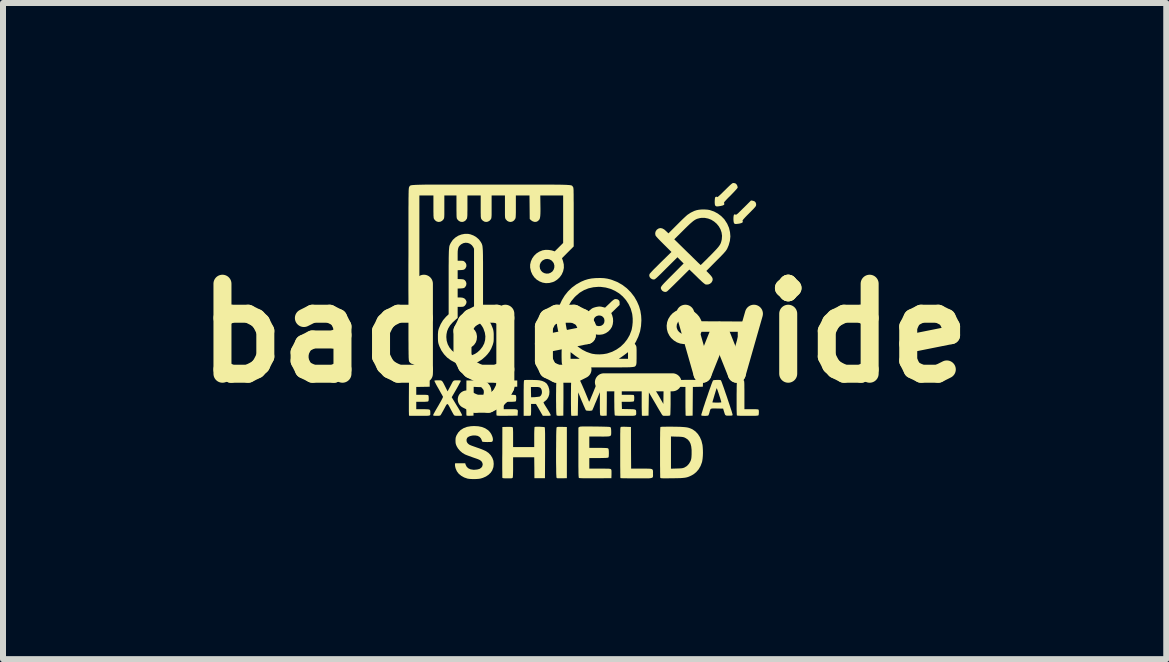
<source format=kicad_pcb>
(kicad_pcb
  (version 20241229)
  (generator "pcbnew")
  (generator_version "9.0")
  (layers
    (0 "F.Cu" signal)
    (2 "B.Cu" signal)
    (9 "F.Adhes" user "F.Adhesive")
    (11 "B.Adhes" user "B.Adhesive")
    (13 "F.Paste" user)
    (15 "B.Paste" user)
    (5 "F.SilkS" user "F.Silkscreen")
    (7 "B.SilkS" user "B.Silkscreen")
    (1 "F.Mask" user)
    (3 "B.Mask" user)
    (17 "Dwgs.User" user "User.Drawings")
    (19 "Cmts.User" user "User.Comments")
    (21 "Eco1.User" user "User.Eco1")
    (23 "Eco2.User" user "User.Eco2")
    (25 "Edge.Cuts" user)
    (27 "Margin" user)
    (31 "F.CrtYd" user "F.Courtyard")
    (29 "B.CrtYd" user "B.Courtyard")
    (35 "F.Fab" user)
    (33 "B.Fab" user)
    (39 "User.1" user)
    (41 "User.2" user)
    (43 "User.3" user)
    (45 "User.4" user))
  (footprint "badge_wide"
    (layer "F.Cu")
    (at 6.693 2.5)
    (property "Reference" "badge_wide" (at 0 0 0) (layer "F.SilkS") (effects (font (size 1.5 1.5) (thickness 0.3))))
    (attr board_only exclude_from_pos_files exclude_from_bom)
    (fp_poly (pts (xy -1.939 -0.12) (xy -1.896 -0.103) (xy -1.859 -0.077) (xy -1.826 -0.041) (xy -1.805 -0.002) (xy -1.796 0.042) (xy -1.794 0.065) (xy -1.799 0.114) (xy -1.813 0.155) (xy -1.838 0.192) (xy -1.857 0.212) (xy -1.898 0.24) (xy -1.942 0.256) (xy -1.989 0.259) (xy -2.04 0.25) (xy -2.041 0.25) (xy -2.072 0.235) (xy -2.103 0.211) (xy -2.13 0.181) (xy -2.151 0.149) (xy -2.158 0.13) (xy -2.168 0.079) (xy -2.165 0.032) (xy -2.15 -0.012) (xy -2.123 -0.052) (xy -2.111 -0.065) (xy -2.071 -0.097) (xy -2.028 -0.117) (xy -1.984 -0.124)) (stroke (width 0) (type solid)) (fill yes) (layer "F.SilkS"))
    (fp_poly (pts (xy -0.391 0.782) (xy -0.371 0.783) (xy -0.36 0.787) (xy -0.358 0.791) (xy -0.356 0.8) (xy -0.355 0.816) (xy -0.354 0.84) (xy -0.353 0.872) (xy -0.353 0.914) (xy -0.353 0.966) (xy -0.353 1.03) (xy -0.353 1.085) (xy -0.355 1.377) (xy -0.407 1.379) (xy -0.44 1.379) (xy -0.46 1.376) (xy -0.467 1.373) (xy -0.469 1.364) (xy -0.471 1.345) (xy -0.473 1.315) (xy -0.474 1.277) (xy -0.475 1.233) (xy -0.475 1.184) (xy -0.476 1.132) (xy -0.476 1.079) (xy -0.476 1.025) (xy -0.475 0.973) (xy -0.475 0.924) (xy -0.474 0.881) (xy -0.473 0.844) (xy -0.471 0.815) (xy -0.469 0.796) (xy -0.468 0.789) (xy -0.457 0.785) (xy -0.438 0.783) (xy -0.415 0.782)) (stroke (width 0) (type solid)) (fill yes) (layer "F.SilkS"))
    (fp_poly (pts (xy -0.386 1.564) (xy -0.378 1.564) (xy -0.296 1.566) (xy -0.296 1.992) (xy -0.296 2.419) (xy -0.379 2.421) (xy -0.413 2.421) (xy -0.437 2.421) (xy -0.452 2.42) (xy -0.461 2.418) (xy -0.466 2.414) (xy -0.468 2.41) (xy -0.47 2.4) (xy -0.471 2.379) (xy -0.473 2.348) (xy -0.474 2.308) (xy -0.474 2.261) (xy -0.475 2.207) (xy -0.476 2.149) (xy -0.476 2.087) (xy -0.476 2.023) (xy -0.476 1.959) (xy -0.475 1.895) (xy -0.475 1.833) (xy -0.474 1.775) (xy -0.474 1.722) (xy -0.473 1.674) (xy -0.472 1.634) (xy -0.47 1.603) (xy -0.469 1.583) (xy -0.467 1.574) (xy -0.467 1.573) (xy -0.462 1.569) (xy -0.454 1.566) (xy -0.44 1.564) (xy -0.418 1.564)) (stroke (width 0) (type solid)) (fill yes) (layer "F.SilkS"))
    (fp_poly (pts (xy 1.806 0.781) (xy 1.85 0.782) (xy 1.889 0.783) (xy 1.922 0.785) (xy 1.947 0.787) (xy 1.962 0.789) (xy 1.966 0.791) (xy 1.97 0.803) (xy 1.972 0.826) (xy 1.972 0.847) (xy 1.97 0.895) (xy 1.887 0.897) (xy 1.804 0.899) (xy 1.802 1.138) (xy 1.8 1.377) (xy 1.745 1.379) (xy 1.719 1.379) (xy 1.698 1.379) (xy 1.686 1.377) (xy 1.684 1.376) (xy 1.683 1.369) (xy 1.682 1.35) (xy 1.682 1.321) (xy 1.681 1.284) (xy 1.68 1.239) (xy 1.68 1.189) (xy 1.68 1.135) (xy 1.68 0.899) (xy 1.6 0.897) (xy 1.52 0.895) (xy 1.518 0.847) (xy 1.518 0.82) (xy 1.519 0.804) (xy 1.523 0.794) (xy 1.528 0.79) (xy 1.538 0.787) (xy 1.559 0.785) (xy 1.588 0.783) (xy 1.625 0.782) (xy 1.667 0.781) (xy 1.713 0.781) (xy 1.759 0.781)) (stroke (width 0) (type solid)) (fill yes) (layer "F.SilkS"))
    (fp_poly (pts (xy 2.801 -2.205) (xy 2.83 -2.196) (xy 2.849 -2.178) (xy 2.858 -2.152) (xy 2.858 -2.141) (xy 2.858 -2.132) (xy 2.856 -2.124) (xy 2.852 -2.115) (xy 2.845 -2.104) (xy 2.833 -2.09) (xy 2.816 -2.071) (xy 2.791 -2.046) (xy 2.76 -2.014) (xy 2.742 -1.996) (xy 2.705 -1.959) (xy 2.677 -1.93) (xy 2.657 -1.908) (xy 2.643 -1.892) (xy 2.635 -1.88) (xy 2.631 -1.873) (xy 2.632 -1.868) (xy 2.632 -1.868) (xy 2.637 -1.853) (xy 2.629 -1.841) (xy 2.608 -1.831) (xy 2.575 -1.823) (xy 2.543 -1.819) (xy 2.52 -1.817) (xy 2.506 -1.819) (xy 2.496 -1.824) (xy 2.492 -1.828) (xy 2.486 -1.841) (xy 2.482 -1.863) (xy 2.48 -1.89) (xy 2.48 -1.918) (xy 2.482 -1.944) (xy 2.486 -1.964) (xy 2.491 -1.973) (xy 2.502 -1.979) (xy 2.513 -1.974) (xy 2.515 -1.974) (xy 2.519 -1.972) (xy 2.525 -1.972) (xy 2.532 -1.976) (xy 2.543 -1.984) (xy 2.559 -1.997) (xy 2.579 -2.017) (xy 2.607 -2.044) (xy 2.642 -2.079) (xy 2.651 -2.087) (xy 2.773 -2.209)) (stroke (width 0) (type solid)) (fill yes) (layer "F.SilkS"))
    (fp_poly (pts (xy -1.123 0.843) (xy -1.123 0.895) (xy -1.235 0.897) (xy -1.348 0.899) (xy -1.348 0.964) (xy -1.348 1.029) (xy -1.251 1.029) (xy -1.207 1.029) (xy -1.176 1.031) (xy -1.156 1.033) (xy -1.147 1.037) (xy -1.143 1.048) (xy -1.14 1.067) (xy -1.14 1.09) (xy -1.141 1.113) (xy -1.144 1.131) (xy -1.147 1.138) (xy -1.157 1.142) (xy -1.177 1.144) (xy -1.209 1.146) (xy -1.251 1.146) (xy -1.348 1.146) (xy -1.348 1.208) (xy -1.348 1.27) (xy -1.234 1.27) (xy -1.191 1.27) (xy -1.16 1.27) (xy -1.138 1.272) (xy -1.124 1.277) (xy -1.116 1.284) (xy -1.113 1.297) (xy -1.113 1.314) (xy -1.115 1.338) (xy -1.115 1.338) (xy -1.117 1.377) (xy -1.291 1.379) (xy -1.346 1.379) (xy -1.389 1.379) (xy -1.421 1.379) (xy -1.444 1.378) (xy -1.459 1.376) (xy -1.467 1.374) (xy -1.468 1.372) (xy -1.469 1.364) (xy -1.47 1.345) (xy -1.47 1.315) (xy -1.47 1.276) (xy -1.47 1.229) (xy -1.47 1.176) (xy -1.47 1.119) (xy -1.47 1.078) (xy -1.468 0.791) (xy -1.296 0.791) (xy -1.123 0.791)) (stroke (width 0) (type solid)) (fill yes) (layer "F.SilkS"))
    (fp_poly (pts (xy -2.582 0.843) (xy -2.582 0.895) (xy -2.694 0.897) (xy -2.806 0.899) (xy -2.806 0.964) (xy -2.806 1.029) (xy -2.71 1.029) (xy -2.666 1.029) (xy -2.634 1.031) (xy -2.614 1.033) (xy -2.606 1.037) (xy -2.601 1.048) (xy -2.599 1.067) (xy -2.598 1.09) (xy -2.599 1.113) (xy -2.602 1.131) (xy -2.606 1.138) (xy -2.615 1.142) (xy -2.636 1.144) (xy -2.668 1.146) (xy -2.71 1.146) (xy -2.806 1.146) (xy -2.806 1.208) (xy -2.806 1.27) (xy -2.696 1.27) (xy -2.653 1.27) (xy -2.621 1.271) (xy -2.599 1.273) (xy -2.585 1.277) (xy -2.577 1.285) (xy -2.573 1.297) (xy -2.572 1.313) (xy -2.572 1.327) (xy -2.572 1.343) (xy -2.572 1.355) (xy -2.574 1.365) (xy -2.58 1.371) (xy -2.591 1.376) (xy -2.608 1.378) (xy -2.632 1.38) (xy -2.666 1.38) (xy -2.71 1.38) (xy -2.752 1.38) (xy -2.923 1.38) (xy -2.927 1.366) (xy -2.928 1.356) (xy -2.928 1.335) (xy -2.929 1.304) (xy -2.929 1.264) (xy -2.929 1.217) (xy -2.929 1.163) (xy -2.929 1.106) (xy -2.929 1.071) (xy -2.927 0.791) (xy -2.754 0.791) (xy -2.582 0.791)) (stroke (width 0) (type solid)) (fill yes) (layer "F.SilkS"))
    (fp_poly (pts (xy 2.502 -2.497) (xy 2.519 -2.49) (xy 2.519 -2.49) (xy 2.534 -2.474) (xy 2.545 -2.453) (xy 2.55 -2.431) (xy 2.549 -2.42) (xy 2.543 -2.412) (xy 2.53 -2.396) (xy 2.509 -2.373) (xy 2.484 -2.346) (xy 2.454 -2.315) (xy 2.431 -2.291) (xy 2.395 -2.256) (xy 2.368 -2.228) (xy 2.349 -2.207) (xy 2.335 -2.192) (xy 2.327 -2.181) (xy 2.323 -2.173) (xy 2.323 -2.168) (xy 2.325 -2.163) (xy 2.325 -2.163) (xy 2.329 -2.148) (xy 2.321 -2.135) (xy 2.299 -2.125) (xy 2.266 -2.117) (xy 2.233 -2.112) (xy 2.211 -2.11) (xy 2.196 -2.111) (xy 2.185 -2.116) (xy 2.179 -2.122) (xy 2.173 -2.131) (xy 2.17 -2.147) (xy 2.168 -2.171) (xy 2.168 -2.19) (xy 2.169 -2.218) (xy 2.171 -2.241) (xy 2.174 -2.257) (xy 2.175 -2.26) (xy 2.186 -2.27) (xy 2.199 -2.272) (xy 2.21 -2.266) (xy 2.211 -2.265) (xy 2.217 -2.268) (xy 2.231 -2.278) (xy 2.252 -2.297) (xy 2.279 -2.322) (xy 2.311 -2.354) (xy 2.337 -2.379) (xy 2.374 -2.416) (xy 2.403 -2.444) (xy 2.426 -2.466) (xy 2.443 -2.481) (xy 2.456 -2.491) (xy 2.465 -2.497) (xy 2.474 -2.5) (xy 2.481 -2.5) (xy 2.481 -2.5)) (stroke (width 0) (type solid)) (fill yes) (layer "F.SilkS"))
    (fp_poly (pts (xy -1.78 0.791) (xy -1.744 0.791) (xy -1.717 0.792) (xy -1.698 0.793) (xy -1.683 0.795) (xy -1.672 0.798) (xy -1.662 0.802) (xy -1.651 0.808) (xy -1.65 0.809) (xy -1.611 0.836) (xy -1.582 0.872) (xy -1.562 0.915) (xy -1.552 0.964) (xy -1.552 1.017) (xy -1.555 1.038) (xy -1.57 1.085) (xy -1.593 1.123) (xy -1.626 1.153) (xy -1.669 1.174) (xy -1.721 1.187) (xy -1.784 1.192) (xy -1.789 1.192) (xy -1.849 1.192) (xy -1.851 1.284) (xy -1.852 1.377) (xy -1.91 1.379) (xy -1.94 1.379) (xy -1.958 1.378) (xy -1.968 1.375) (xy -1.97 1.372) (xy -1.97 1.364) (xy -1.971 1.345) (xy -1.971 1.315) (xy -1.972 1.276) (xy -1.972 1.229) (xy -1.972 1.176) (xy -1.972 1.119) (xy -1.971 1.078) (xy -1.971 0.989) (xy -1.849 0.989) (xy -1.849 1.081) (xy -1.796 1.081) (xy -1.76 1.079) (xy -1.733 1.074) (xy -1.723 1.071) (xy -1.7 1.054) (xy -1.686 1.028) (xy -1.68 0.994) (xy -1.68 0.987) (xy -1.681 0.964) (xy -1.685 0.949) (xy -1.695 0.934) (xy -1.702 0.926) (xy -1.724 0.902) (xy -1.787 0.9) (xy -1.849 0.897) (xy -1.849 0.989) (xy -1.971 0.989) (xy -1.97 0.791) (xy -1.826 0.791)) (stroke (width 0) (type solid)) (fill yes) (layer "F.SilkS"))
    (fp_poly (pts (xy 2.625 0.782) (xy 2.646 0.785) (xy 2.655 0.789) (xy 2.657 0.795) (xy 2.659 0.809) (xy 2.661 0.83) (xy 2.662 0.862) (xy 2.662 0.903) (xy 2.663 0.956) (xy 2.663 1.02) (xy 2.663 1.033) (xy 2.663 1.27) (xy 2.78 1.27) (xy 2.822 1.27) (xy 2.853 1.27) (xy 2.874 1.271) (xy 2.888 1.273) (xy 2.896 1.276) (xy 2.9 1.279) (xy 2.9 1.28) (xy 2.903 1.295) (xy 2.904 1.316) (xy 2.903 1.339) (xy 2.901 1.359) (xy 2.897 1.371) (xy 2.896 1.373) (xy 2.889 1.375) (xy 2.874 1.377) (xy 2.85 1.379) (xy 2.816 1.38) (xy 2.77 1.38) (xy 2.715 1.38) (xy 2.662 1.38) (xy 2.621 1.38) (xy 2.59 1.379) (xy 2.568 1.378) (xy 2.552 1.377) (xy 2.543 1.375) (xy 2.538 1.373) (xy 2.537 1.37) (xy 2.536 1.36) (xy 2.535 1.339) (xy 2.534 1.309) (xy 2.533 1.27) (xy 2.533 1.226) (xy 2.533 1.176) (xy 2.533 1.124) (xy 2.533 1.07) (xy 2.533 1.017) (xy 2.534 0.966) (xy 2.534 0.918) (xy 2.535 0.876) (xy 2.536 0.841) (xy 2.537 0.814) (xy 2.539 0.798) (xy 2.54 0.794) (xy 2.545 0.787) (xy 2.554 0.784) (xy 2.57 0.782) (xy 2.596 0.781) (xy 2.597 0.781)) (stroke (width 0) (type solid)) (fill yes) (layer "F.SilkS"))
    (fp_poly (pts (xy 0.665 1.562) (xy 0.695 1.563) (xy 0.772 1.566) (xy 0.773 1.913) (xy 0.775 2.259) (xy 0.947 2.259) (xy 1.002 2.259) (xy 1.046 2.26) (xy 1.079 2.261) (xy 1.103 2.263) (xy 1.12 2.268) (xy 1.131 2.275) (xy 1.137 2.286) (xy 1.139 2.3) (xy 1.14 2.319) (xy 1.139 2.343) (xy 1.14 2.362) (xy 1.14 2.378) (xy 1.139 2.391) (xy 1.136 2.401) (xy 1.13 2.409) (xy 1.118 2.414) (xy 1.102 2.418) (xy 1.078 2.421) (xy 1.046 2.422) (xy 1.005 2.422) (xy 0.954 2.422) (xy 0.891 2.422) (xy 0.864 2.422) (xy 0.806 2.422) (xy 0.753 2.422) (xy 0.706 2.421) (xy 0.665 2.421) (xy 0.632 2.42) (xy 0.61 2.419) (xy 0.598 2.418) (xy 0.597 2.418) (xy 0.596 2.411) (xy 0.595 2.392) (xy 0.595 2.362) (xy 0.594 2.322) (xy 0.594 2.274) (xy 0.593 2.218) (xy 0.593 2.156) (xy 0.593 2.089) (xy 0.593 2.017) (xy 0.593 1.991) (xy 0.593 1.907) (xy 0.593 1.834) (xy 0.593 1.773) (xy 0.593 1.722) (xy 0.593 1.68) (xy 0.594 1.646) (xy 0.594 1.62) (xy 0.595 1.6) (xy 0.596 1.586) (xy 0.598 1.576) (xy 0.599 1.57) (xy 0.601 1.567) (xy 0.604 1.565) (xy 0.605 1.564) (xy 0.616 1.563) (xy 0.637 1.562)) (stroke (width 0) (type solid)) (fill yes) (layer "F.SilkS"))
    (fp_poly (pts (xy -0.748 1.562) (xy -0.719 1.564) (xy -0.693 1.565) (xy -0.675 1.568) (xy -0.666 1.57) (xy -0.664 1.574) (xy -0.663 1.582) (xy -0.662 1.596) (xy -0.661 1.616) (xy -0.66 1.644) (xy -0.659 1.679) (xy -0.659 1.723) (xy -0.659 1.777) (xy -0.659 1.842) (xy -0.659 1.918) (xy -0.659 1.998) (xy -0.661 2.419) (xy -0.749 2.419) (xy -0.837 2.419) (xy -0.838 2.245) (xy -0.84 2.071) (xy -1.016 2.071) (xy -1.192 2.071) (xy -1.192 2.234) (xy -1.192 2.287) (xy -1.193 2.332) (xy -1.194 2.368) (xy -1.196 2.394) (xy -1.198 2.408) (xy -1.198 2.41) (xy -1.202 2.415) (xy -1.209 2.418) (xy -1.22 2.421) (xy -1.239 2.422) (xy -1.268 2.422) (xy -1.286 2.422) (xy -1.324 2.422) (xy -1.349 2.42) (xy -1.364 2.418) (xy -1.371 2.414) (xy -1.371 2.414) (xy -1.371 2.406) (xy -1.372 2.387) (xy -1.372 2.356) (xy -1.372 2.316) (xy -1.373 2.267) (xy -1.373 2.211) (xy -1.373 2.149) (xy -1.373 2.081) (xy -1.372 2.009) (xy -1.372 1.986) (xy -1.371 1.566) (xy -1.29 1.564) (xy -1.248 1.564) (xy -1.219 1.565) (xy -1.203 1.568) (xy -1.201 1.57) (xy -1.198 1.575) (xy -1.195 1.584) (xy -1.194 1.6) (xy -1.193 1.625) (xy -1.192 1.658) (xy -1.192 1.702) (xy -1.192 1.739) (xy -1.192 1.901) (xy -1.016 1.901) (xy -0.84 1.901) (xy -0.84 1.736) (xy -0.84 1.676) (xy -0.839 1.63) (xy -0.837 1.596) (xy -0.836 1.574) (xy -0.833 1.566) (xy -0.833 1.566) (xy -0.823 1.563) (xy -0.803 1.562) (xy -0.777 1.562)) (stroke (width 0) (type solid)) (fill yes) (layer "F.SilkS"))
    (fp_poly (pts (xy 0.547 -0.562) (xy 0.564 -0.551) (xy 0.576 -0.539) (xy 0.581 -0.526) (xy 0.583 -0.506) (xy 0.583 -0.501) (xy 0.583 -0.468) (xy 0.513 -0.4) (xy 0.444 -0.333) (xy 0.46 -0.293) (xy 0.472 -0.247) (xy 0.475 -0.197) (xy 0.469 -0.147) (xy 0.455 -0.103) (xy 0.429 -0.062) (xy 0.395 -0.026) (xy 0.355 0.001) (xy 0.312 0.019) (xy 0.296 0.023) (xy 0.267 0.027) (xy 0.247 0.029) (xy 0.229 0.029) (xy 0.21 0.027) (xy 0.203 0.026) (xy 0.156 0.013) (xy 0.11 -0.011) (xy 0.07 -0.044) (xy 0.038 -0.084) (xy 0.024 -0.109) (xy 0.017 -0.127) (xy 0.013 -0.146) (xy 0.01 -0.17) (xy 0.01 -0.203) (xy 0.01 -0.205) (xy 0.01 -0.212) (xy 0.15 -0.212) (xy 0.152 -0.181) (xy 0.163 -0.155) (xy 0.182 -0.134) (xy 0.207 -0.12) (xy 0.237 -0.115) (xy 0.27 -0.12) (xy 0.288 -0.128) (xy 0.312 -0.147) (xy 0.326 -0.173) (xy 0.331 -0.204) (xy 0.326 -0.237) (xy 0.323 -0.244) (xy 0.306 -0.268) (xy 0.283 -0.284) (xy 0.255 -0.292) (xy 0.226 -0.291) (xy 0.198 -0.282) (xy 0.174 -0.265) (xy 0.16 -0.245) (xy 0.15 -0.212) (xy 0.01 -0.212) (xy 0.01 -0.237) (xy 0.012 -0.259) (xy 0.016 -0.277) (xy 0.022 -0.294) (xy 0.028 -0.307) (xy 0.05 -0.342) (xy 0.081 -0.376) (xy 0.115 -0.404) (xy 0.135 -0.416) (xy 0.156 -0.424) (xy 0.184 -0.432) (xy 0.207 -0.437) (xy 0.235 -0.441) (xy 0.258 -0.441) (xy 0.282 -0.438) (xy 0.297 -0.434) (xy 0.341 -0.423) (xy 0.384 -0.464) (xy 0.419 -0.497) (xy 0.445 -0.523) (xy 0.466 -0.541) (xy 0.482 -0.553) (xy 0.494 -0.561) (xy 0.505 -0.565) (xy 0.515 -0.566) (xy 0.52 -0.566)) (stroke (width 0) (type solid)) (fill yes) (layer "F.SilkS"))
    (fp_poly (pts (xy 1.048 0.782) (xy 1.066 0.784) (xy 1.077 0.788) (xy 1.082 0.793) (xy 1.088 0.801) (xy 1.099 0.818) (xy 1.114 0.844) (xy 1.134 0.875) (xy 1.155 0.911) (xy 1.178 0.95) (xy 1.202 0.991) (xy 1.226 1.03) (xy 1.248 1.068) (xy 1.267 1.102) (xy 1.283 1.13) (xy 1.295 1.151) (xy 1.298 1.156) (xy 1.312 1.182) (xy 1.315 0.983) (xy 1.319 0.785) (xy 1.366 0.783) (xy 1.395 0.783) (xy 1.415 0.785) (xy 1.423 0.788) (xy 1.426 0.797) (xy 1.427 0.816) (xy 1.429 0.845) (xy 1.431 0.883) (xy 1.432 0.927) (xy 1.432 0.976) (xy 1.433 1.028) (xy 1.433 1.081) (xy 1.433 1.135) (xy 1.433 1.187) (xy 1.432 1.236) (xy 1.431 1.279) (xy 1.43 1.317) (xy 1.429 1.346) (xy 1.427 1.365) (xy 1.425 1.373) (xy 1.414 1.377) (xy 1.391 1.379) (xy 1.36 1.38) (xy 1.332 1.38) (xy 1.315 1.379) (xy 1.304 1.376) (xy 1.297 1.37) (xy 1.291 1.362) (xy 1.284 1.353) (xy 1.273 1.333) (xy 1.256 1.305) (xy 1.235 1.27) (xy 1.212 1.231) (xy 1.187 1.187) (xy 1.175 1.167) (xy 1.071 0.99) (xy 1.068 1.184) (xy 1.065 1.377) (xy 1.012 1.379) (xy 0.987 1.379) (xy 0.967 1.379) (xy 0.956 1.377) (xy 0.955 1.376) (xy 0.954 1.369) (xy 0.953 1.35) (xy 0.953 1.321) (xy 0.952 1.282) (xy 0.951 1.237) (xy 0.951 1.184) (xy 0.951 1.127) (xy 0.951 1.084) (xy 0.951 1.011) (xy 0.951 0.949) (xy 0.952 0.899) (xy 0.952 0.859) (xy 0.953 0.829) (xy 0.955 0.808) (xy 0.956 0.795) (xy 0.958 0.789) (xy 0.958 0.789) (xy 0.969 0.785) (xy 0.991 0.782) (xy 1.019 0.781)) (stroke (width 0) (type solid)) (fill yes) (layer "F.SilkS"))
    (fp_poly (pts (xy 0.716 0.781) (xy 0.755 0.782) (xy 0.79 0.783) (xy 0.818 0.785) (xy 0.837 0.787) (xy 0.845 0.789) (xy 0.85 0.8) (xy 0.852 0.82) (xy 0.853 0.843) (xy 0.852 0.866) (xy 0.849 0.884) (xy 0.845 0.891) (xy 0.837 0.894) (xy 0.818 0.896) (xy 0.788 0.898) (xy 0.746 0.898) (xy 0.728 0.899) (xy 0.619 0.899) (xy 0.619 0.964) (xy 0.619 1.029) (xy 0.712 1.029) (xy 0.747 1.029) (xy 0.777 1.03) (xy 0.8 1.031) (xy 0.814 1.032) (xy 0.817 1.033) (xy 0.822 1.038) (xy 0.825 1.05) (xy 0.827 1.07) (xy 0.827 1.084) (xy 0.826 1.11) (xy 0.823 1.13) (xy 0.819 1.138) (xy 0.81 1.142) (xy 0.789 1.144) (xy 0.757 1.146) (xy 0.715 1.146) (xy 0.618 1.146) (xy 0.62 1.206) (xy 0.622 1.266) (xy 0.733 1.268) (xy 0.776 1.269) (xy 0.808 1.27) (xy 0.831 1.273) (xy 0.846 1.278) (xy 0.854 1.285) (xy 0.858 1.296) (xy 0.859 1.312) (xy 0.859 1.323) (xy 0.86 1.34) (xy 0.859 1.353) (xy 0.856 1.363) (xy 0.849 1.37) (xy 0.838 1.375) (xy 0.82 1.378) (xy 0.794 1.38) (xy 0.758 1.38) (xy 0.712 1.38) (xy 0.678 1.38) (xy 0.622 1.38) (xy 0.578 1.38) (xy 0.544 1.378) (xy 0.521 1.377) (xy 0.508 1.375) (xy 0.503 1.373) (xy 0.501 1.364) (xy 0.499 1.344) (xy 0.498 1.315) (xy 0.496 1.277) (xy 0.495 1.233) (xy 0.495 1.184) (xy 0.494 1.132) (xy 0.494 1.079) (xy 0.494 1.025) (xy 0.495 0.973) (xy 0.495 0.924) (xy 0.496 0.881) (xy 0.498 0.844) (xy 0.499 0.815) (xy 0.501 0.796) (xy 0.503 0.789) (xy 0.512 0.787) (xy 0.531 0.784) (xy 0.56 0.783) (xy 0.595 0.782) (xy 0.634 0.781) (xy 0.675 0.781)) (stroke (width 0) (type solid)) (fill yes) (layer "F.SilkS"))
    (fp_poly (pts (xy 0.039 1.557) (xy 0.086 1.557) (xy 0.144 1.558) (xy 0.177 1.558) (xy 0.241 1.559) (xy 0.293 1.56) (xy 0.334 1.561) (xy 0.366 1.562) (xy 0.391 1.563) (xy 0.408 1.564) (xy 0.42 1.566) (xy 0.427 1.568) (xy 0.432 1.571) (xy 0.434 1.573) (xy 0.439 1.587) (xy 0.442 1.614) (xy 0.443 1.644) (xy 0.443 1.667) (xy 0.442 1.686) (xy 0.44 1.7) (xy 0.434 1.71) (xy 0.423 1.717) (xy 0.407 1.722) (xy 0.383 1.724) (xy 0.35 1.725) (xy 0.306 1.726) (xy 0.252 1.725) (xy 0.249 1.725) (xy 0.078 1.725) (xy 0.078 1.82) (xy 0.078 1.914) (xy 0.231 1.914) (xy 0.28 1.914) (xy 0.318 1.915) (xy 0.347 1.916) (xy 0.367 1.917) (xy 0.38 1.919) (xy 0.389 1.921) (xy 0.393 1.925) (xy 0.398 1.932) (xy 0.401 1.946) (xy 0.403 1.968) (xy 0.404 2) (xy 0.404 2.002) (xy 0.403 2.033) (xy 0.402 2.054) (xy 0.4 2.066) (xy 0.396 2.073) (xy 0.391 2.077) (xy 0.38 2.079) (xy 0.358 2.081) (xy 0.325 2.082) (xy 0.283 2.083) (xy 0.234 2.084) (xy 0.228 2.084) (xy 0.078 2.084) (xy 0.078 2.171) (xy 0.078 2.259) (xy 0.253 2.259) (xy 0.307 2.259) (xy 0.348 2.26) (xy 0.38 2.26) (xy 0.403 2.261) (xy 0.419 2.263) (xy 0.43 2.265) (xy 0.436 2.268) (xy 0.439 2.27) (xy 0.444 2.277) (xy 0.447 2.289) (xy 0.448 2.307) (xy 0.448 2.335) (xy 0.448 2.35) (xy 0.446 2.419) (xy 0.179 2.421) (xy 0.108 2.421) (xy 0.05 2.421) (xy 0.003 2.421) (xy -0.034 2.42) (xy -0.061 2.419) (xy -0.08 2.418) (xy -0.092 2.416) (xy -0.096 2.414) (xy -0.098 2.41) (xy -0.099 2.398) (xy -0.101 2.38) (xy -0.102 2.354) (xy -0.103 2.319) (xy -0.103 2.274) (xy -0.104 2.22) (xy -0.104 2.154) (xy -0.104 2.077) (xy -0.104 1.991) (xy -0.104 1.576) (xy -0.088 1.565) (xy -0.083 1.563) (xy -0.075 1.56) (xy -0.064 1.559) (xy -0.049 1.558) (xy -0.027 1.557) (xy 0.001 1.557)) (stroke (width 0) (type solid)) (fill yes) (layer "F.SilkS"))
    (fp_poly (pts (xy -0.87 0.782) (xy -0.834 0.783) (xy -0.8 0.784) (xy -0.771 0.786) (xy -0.753 0.788) (xy -0.709 0.798) (xy -0.669 0.815) (xy -0.639 0.837) (xy -0.628 0.849) (xy -0.605 0.889) (xy -0.591 0.934) (xy -0.586 0.98) (xy -0.59 1.025) (xy -0.604 1.067) (xy -0.626 1.103) (xy -0.64 1.118) (xy -0.658 1.133) (xy -0.673 1.145) (xy -0.68 1.149) (xy -0.684 1.153) (xy -0.684 1.158) (xy -0.681 1.167) (xy -0.674 1.181) (xy -0.662 1.202) (xy -0.643 1.232) (xy -0.626 1.259) (xy -0.605 1.293) (xy -0.587 1.323) (xy -0.574 1.347) (xy -0.566 1.364) (xy -0.564 1.371) (xy -0.569 1.375) (xy -0.58 1.378) (xy -0.6 1.38) (xy -0.631 1.38) (xy -0.633 1.38) (xy -0.697 1.38) (xy -0.708 1.36) (xy -0.716 1.347) (xy -0.728 1.326) (xy -0.744 1.298) (xy -0.761 1.268) (xy -0.765 1.261) (xy -0.811 1.182) (xy -0.852 1.182) (xy -0.893 1.182) (xy -0.892 1.27) (xy -0.892 1.303) (xy -0.893 1.333) (xy -0.894 1.355) (xy -0.895 1.368) (xy -0.896 1.369) (xy -0.9 1.375) (xy -0.909 1.378) (xy -0.925 1.38) (xy -0.951 1.38) (xy -0.958 1.38) (xy -1.016 1.38) (xy -1.016 1.085) (xy -1.016 1.015) (xy -1.016 0.956) (xy -1.015 0.909) (xy -1.015 0.899) (xy -0.895 0.899) (xy -0.894 0.985) (xy -0.893 1.017) (xy -0.893 1.043) (xy -0.892 1.062) (xy -0.892 1.071) (xy -0.892 1.071) (xy -0.865 1.07) (xy -0.835 1.069) (xy -0.804 1.066) (xy -0.777 1.063) (xy -0.756 1.06) (xy -0.745 1.057) (xy -0.745 1.057) (xy -0.727 1.039) (xy -0.715 1.014) (xy -0.711 0.984) (xy -0.715 0.954) (xy -0.719 0.942) (xy -0.728 0.924) (xy -0.739 0.912) (xy -0.756 0.904) (xy -0.779 0.9) (xy -0.812 0.899) (xy -0.827 0.899) (xy -0.895 0.899) (xy -1.015 0.899) (xy -1.015 0.871) (xy -1.014 0.841) (xy -1.013 0.82) (xy -1.012 0.804) (xy -1.01 0.794) (xy -1.009 0.788) (xy -1.006 0.786) (xy -1.005 0.785) (xy -0.994 0.783) (xy -0.972 0.782) (xy -0.942 0.782) (xy -0.907 0.782)) (stroke (width 0) (type solid)) (fill yes) (layer "F.SilkS"))
    (fp_poly (pts (xy 1.719 -0.398) (xy 1.775 -0.38) (xy 1.827 -0.353) (xy 1.872 -0.316) (xy 1.909 -0.273) (xy 1.93 -0.236) (xy 1.949 -0.196) (xy 2.312 -0.194) (xy 2.675 -0.192) (xy 2.693 -0.176) (xy 2.701 -0.168) (xy 2.708 -0.16) (xy 2.713 -0.151) (xy 2.718 -0.14) (xy 2.721 -0.125) (xy 2.724 -0.106) (xy 2.726 -0.08) (xy 2.727 -0.047) (xy 2.728 -0.006) (xy 2.728 0.045) (xy 2.728 0.106) (xy 2.728 0.164) (xy 2.728 0.233) (xy 2.728 0.29) (xy 2.728 0.336) (xy 2.727 0.373) (xy 2.726 0.402) (xy 2.725 0.424) (xy 2.724 0.44) (xy 2.722 0.452) (xy 2.72 0.46) (xy 2.717 0.467) (xy 2.717 0.468) (xy 2.697 0.495) (xy 2.67 0.512) (xy 2.639 0.519) (xy 2.608 0.515) (xy 2.6 0.512) (xy 2.582 0.499) (xy 2.567 0.482) (xy 2.566 0.481) (xy 2.562 0.474) (xy 2.559 0.467) (xy 2.557 0.458) (xy 2.556 0.446) (xy 2.554 0.428) (xy 2.553 0.404) (xy 2.553 0.373) (xy 2.553 0.332) (xy 2.552 0.282) (xy 2.552 0.22) (xy 2.552 -0.02) (xy 2.25 -0.02) (xy 1.948 -0.02) (xy 1.931 0.016) (xy 1.908 0.056) (xy 1.875 0.095) (xy 1.836 0.129) (xy 1.795 0.155) (xy 1.769 0.167) (xy 1.71 0.182) (xy 1.65 0.184) (xy 1.592 0.175) (xy 1.537 0.155) (xy 1.486 0.123) (xy 1.441 0.082) (xy 1.413 0.044) (xy 1.386 -0.008) (xy 1.371 -0.065) (xy 1.368 -0.107) (xy 1.533 -0.107) (xy 1.536 -0.083) (xy 1.551 -0.046) (xy 1.575 -0.017) (xy 1.606 0.005) (xy 1.642 0.017) (xy 1.68 0.019) (xy 1.717 0.009) (xy 1.751 -0.011) (xy 1.775 -0.037) (xy 1.79 -0.068) (xy 1.796 -0.102) (xy 1.794 -0.136) (xy 1.783 -0.168) (xy 1.764 -0.197) (xy 1.737 -0.219) (xy 1.703 -0.234) (xy 1.682 -0.239) (xy 1.642 -0.238) (xy 1.606 -0.226) (xy 1.576 -0.205) (xy 1.552 -0.177) (xy 1.537 -0.144) (xy 1.533 -0.107) (xy 1.368 -0.107) (xy 1.367 -0.123) (xy 1.375 -0.181) (xy 1.395 -0.236) (xy 1.396 -0.237) (xy 1.428 -0.288) (xy 1.469 -0.332) (xy 1.518 -0.366) (xy 1.572 -0.389) (xy 1.63 -0.402) (xy 1.66 -0.404)) (stroke (width 0) (type solid)) (fill yes) (layer "F.SilkS"))
    (fp_poly (pts (xy -2.402 0.789) (xy -2.389 0.792) (xy -2.377 0.8) (xy -2.366 0.813) (xy -2.354 0.833) (xy -2.339 0.862) (xy -2.321 0.898) (xy -2.284 0.972) (xy -2.265 0.937) (xy -2.252 0.913) (xy -2.236 0.883) (xy -2.222 0.856) (xy -2.207 0.827) (xy -2.196 0.808) (xy -2.184 0.796) (xy -2.17 0.79) (xy -2.15 0.788) (xy -2.122 0.788) (xy -2.122 0.788) (xy -2.094 0.788) (xy -2.076 0.79) (xy -2.067 0.792) (xy -2.064 0.797) (xy -2.064 0.798) (xy -2.067 0.807) (xy -2.076 0.825) (xy -2.09 0.85) (xy -2.107 0.882) (xy -2.127 0.918) (xy -2.139 0.939) (xy -2.215 1.07) (xy -2.126 1.217) (xy -2.102 1.256) (xy -2.081 1.292) (xy -2.064 1.323) (xy -2.051 1.348) (xy -2.043 1.365) (xy -2.041 1.372) (xy -2.047 1.376) (xy -2.061 1.379) (xy -2.085 1.38) (xy -2.105 1.38) (xy -2.135 1.38) (xy -2.155 1.378) (xy -2.168 1.375) (xy -2.175 1.37) (xy -2.176 1.369) (xy -2.183 1.359) (xy -2.194 1.34) (xy -2.208 1.315) (xy -2.224 1.285) (xy -2.229 1.276) (xy -2.249 1.237) (xy -2.265 1.208) (xy -2.276 1.191) (xy -2.286 1.183) (xy -2.295 1.187) (xy -2.306 1.2) (xy -2.319 1.223) (xy -2.337 1.257) (xy -2.341 1.264) (xy -2.358 1.296) (xy -2.375 1.325) (xy -2.388 1.349) (xy -2.398 1.364) (xy -2.401 1.369) (xy -2.409 1.375) (xy -2.422 1.378) (xy -2.442 1.38) (xy -2.465 1.38) (xy -2.49 1.38) (xy -2.51 1.378) (xy -2.522 1.375) (xy -2.523 1.374) (xy -2.524 1.371) (xy -2.524 1.367) (xy -2.522 1.36) (xy -2.517 1.349) (xy -2.508 1.333) (xy -2.496 1.311) (xy -2.479 1.281) (xy -2.456 1.242) (xy -2.432 1.201) (xy -2.407 1.157) (xy -2.387 1.121) (xy -2.372 1.092) (xy -2.363 1.072) (xy -2.36 1.062) (xy -2.36 1.062) (xy -2.365 1.053) (xy -2.375 1.035) (xy -2.389 1.01) (xy -2.407 0.978) (xy -2.427 0.942) (xy -2.436 0.926) (xy -2.457 0.89) (xy -2.475 0.857) (xy -2.489 0.829) (xy -2.499 0.809) (xy -2.504 0.797) (xy -2.504 0.795) (xy -2.496 0.791) (xy -2.477 0.789) (xy -2.451 0.788) (xy -2.442 0.788) (xy -2.419 0.788)) (stroke (width 0) (type solid)) (fill yes) (layer "F.SilkS"))
    (fp_poly (pts (xy 2.248 0.782) (xy 2.265 0.785) (xy 2.271 0.787) (xy 2.274 0.794) (xy 2.282 0.812) (xy 2.292 0.839) (xy 2.305 0.875) (xy 2.32 0.916) (xy 2.336 0.963) (xy 2.353 1.013) (xy 2.371 1.064) (xy 2.388 1.116) (xy 2.405 1.167) (xy 2.421 1.215) (xy 2.435 1.259) (xy 2.448 1.297) (xy 2.457 1.328) (xy 2.464 1.351) (xy 2.466 1.363) (xy 2.466 1.364) (xy 2.464 1.37) (xy 2.459 1.374) (xy 2.447 1.376) (xy 2.427 1.377) (xy 2.407 1.377) (xy 2.379 1.377) (xy 2.361 1.376) (xy 2.349 1.37) (xy 2.34 1.36) (xy 2.333 1.341) (xy 2.324 1.312) (xy 2.323 1.309) (xy 2.308 1.26) (xy 2.206 1.258) (xy 2.166 1.257) (xy 2.138 1.257) (xy 2.118 1.259) (xy 2.105 1.264) (xy 2.096 1.272) (xy 2.091 1.286) (xy 2.085 1.305) (xy 2.081 1.322) (xy 2.074 1.345) (xy 2.067 1.363) (xy 2.063 1.372) (xy 2.053 1.377) (xy 2.034 1.379) (xy 2.011 1.381) (xy 1.987 1.38) (xy 1.965 1.379) (xy 1.949 1.375) (xy 1.943 1.372) (xy 1.944 1.363) (xy 1.949 1.344) (xy 1.958 1.316) (xy 1.969 1.28) (xy 1.982 1.237) (xy 1.998 1.19) (xy 2.009 1.155) (xy 2.129 1.155) (xy 2.135 1.157) (xy 2.152 1.158) (xy 2.176 1.159) (xy 2.205 1.159) (xy 2.237 1.159) (xy 2.259 1.158) (xy 2.271 1.157) (xy 2.277 1.154) (xy 2.278 1.15) (xy 2.277 1.148) (xy 2.268 1.116) (xy 2.258 1.081) (xy 2.246 1.046) (xy 2.235 1.011) (xy 2.224 0.979) (xy 2.215 0.952) (xy 2.207 0.932) (xy 2.202 0.921) (xy 2.2 0.92) (xy 2.197 0.928) (xy 2.191 0.946) (xy 2.183 0.972) (xy 2.174 1.002) (xy 2.164 1.035) (xy 2.154 1.069) (xy 2.145 1.1) (xy 2.137 1.126) (xy 2.132 1.145) (xy 2.129 1.155) (xy 2.129 1.155) (xy 2.009 1.155) (xy 2.014 1.14) (xy 2.032 1.088) (xy 2.05 1.036) (xy 2.067 0.985) (xy 2.084 0.937) (xy 2.1 0.893) (xy 2.113 0.855) (xy 2.125 0.824) (xy 2.134 0.802) (xy 2.139 0.791) (xy 2.14 0.789) (xy 2.152 0.786) (xy 2.172 0.783) (xy 2.198 0.782) (xy 2.224 0.781)) (stroke (width 0) (type solid)) (fill yes) (layer "F.SilkS"))
    (fp_poly (pts (xy 1.452 1.561) (xy 1.47 1.561) (xy 1.536 1.562) (xy 1.591 1.563) (xy 1.637 1.566) (xy 1.675 1.569) (xy 1.706 1.573) (xy 1.732 1.579) (xy 1.756 1.587) (xy 1.778 1.596) (xy 1.799 1.606) (xy 1.846 1.639) (xy 1.887 1.682) (xy 1.921 1.735) (xy 1.947 1.795) (xy 1.963 1.861) (xy 1.964 1.862) (xy 1.968 1.902) (xy 1.971 1.949) (xy 1.972 1.999) (xy 1.97 2.049) (xy 1.966 2.095) (xy 1.96 2.134) (xy 1.956 2.152) (xy 1.933 2.214) (xy 1.901 2.27) (xy 1.86 2.318) (xy 1.812 2.356) (xy 1.782 2.373) (xy 1.757 2.385) (xy 1.734 2.395) (xy 1.713 2.402) (xy 1.69 2.408) (xy 1.665 2.412) (xy 1.635 2.415) (xy 1.598 2.418) (xy 1.553 2.419) (xy 1.498 2.42) (xy 1.461 2.421) (xy 1.405 2.421) (xy 1.361 2.422) (xy 1.327 2.422) (xy 1.301 2.421) (xy 1.284 2.42) (xy 1.272 2.419) (xy 1.265 2.417) (xy 1.262 2.414) (xy 1.261 2.412) (xy 1.26 2.404) (xy 1.259 2.384) (xy 1.259 2.353) (xy 1.258 2.313) (xy 1.258 2.263) (xy 1.257 2.207) (xy 1.257 2.144) (xy 1.257 2.077) (xy 1.257 2.005) (xy 1.257 1.992) (xy 1.439 1.992) (xy 1.439 2.261) (xy 1.535 2.258) (xy 1.574 2.257) (xy 1.604 2.255) (xy 1.625 2.253) (xy 1.642 2.249) (xy 1.657 2.244) (xy 1.664 2.241) (xy 1.706 2.215) (xy 1.739 2.179) (xy 1.762 2.14) (xy 1.77 2.121) (xy 1.775 2.103) (xy 1.779 2.083) (xy 1.781 2.058) (xy 1.783 2.023) (xy 1.783 2.017) (xy 1.783 1.949) (xy 1.777 1.892) (xy 1.765 1.845) (xy 1.746 1.807) (xy 1.72 1.776) (xy 1.687 1.753) (xy 1.67 1.744) (xy 1.656 1.738) (xy 1.64 1.734) (xy 1.622 1.731) (xy 1.597 1.729) (xy 1.563 1.727) (xy 1.538 1.727) (xy 1.439 1.724) (xy 1.439 1.992) (xy 1.257 1.992) (xy 1.257 1.986) (xy 1.257 1.898) (xy 1.257 1.823) (xy 1.257 1.759) (xy 1.258 1.705) (xy 1.258 1.662) (xy 1.259 1.628) (xy 1.26 1.602) (xy 1.261 1.583) (xy 1.262 1.571) (xy 1.264 1.566) (xy 1.265 1.565) (xy 1.273 1.564) (xy 1.293 1.562) (xy 1.322 1.562) (xy 1.36 1.561) (xy 1.403 1.561)) (stroke (width 0) (type solid)) (fill yes) (layer "F.SilkS"))
    (fp_poly (pts (xy 0.313 0.782) (xy 0.338 0.784) (xy 0.356 0.787) (xy 0.364 0.79) (xy 0.366 0.797) (xy 0.367 0.812) (xy 0.369 0.837) (xy 0.369 0.872) (xy 0.37 0.917) (xy 0.37 0.974) (xy 0.37 1.043) (xy 0.37 1.088) (xy 0.368 1.377) (xy 0.32 1.379) (xy 0.291 1.379) (xy 0.271 1.377) (xy 0.263 1.373) (xy 0.26 1.369) (xy 0.258 1.36) (xy 0.257 1.345) (xy 0.255 1.323) (xy 0.255 1.292) (xy 0.254 1.252) (xy 0.254 1.2) (xy 0.254 1.176) (xy 0.254 0.986) (xy 0.193 1.134) (xy 0.175 1.175) (xy 0.16 1.213) (xy 0.147 1.244) (xy 0.136 1.269) (xy 0.129 1.284) (xy 0.127 1.289) (xy 0.119 1.292) (xy 0.101 1.295) (xy 0.079 1.296) (xy 0.056 1.295) (xy 0.036 1.293) (xy 0.023 1.29) (xy 0.022 1.289) (xy 0.017 1.281) (xy 0.009 1.263) (xy -0.003 1.236) (xy -0.018 1.203) (xy -0.034 1.164) (xy -0.047 1.135) (xy -0.107 0.989) (xy -0.111 1.183) (xy -0.114 1.377) (xy -0.166 1.379) (xy -0.191 1.379) (xy -0.211 1.379) (xy -0.222 1.377) (xy -0.223 1.376) (xy -0.224 1.369) (xy -0.225 1.35) (xy -0.226 1.321) (xy -0.227 1.282) (xy -0.227 1.237) (xy -0.228 1.184) (xy -0.228 1.127) (xy -0.228 1.084) (xy -0.228 1.011) (xy -0.227 0.949) (xy -0.227 0.899) (xy -0.226 0.859) (xy -0.225 0.829) (xy -0.224 0.808) (xy -0.222 0.795) (xy -0.22 0.789) (xy -0.22 0.789) (xy -0.21 0.786) (xy -0.191 0.783) (xy -0.167 0.782) (xy -0.139 0.781) (xy -0.114 0.782) (xy -0.093 0.783) (xy -0.081 0.786) (xy -0.08 0.787) (xy -0.076 0.793) (xy -0.068 0.81) (xy -0.056 0.836) (xy -0.042 0.867) (xy -0.026 0.904) (xy -0.009 0.943) (xy 0.008 0.983) (xy 0.024 1.022) (xy 0.039 1.058) (xy 0.052 1.09) (xy 0.062 1.115) (xy 0.068 1.131) (xy 0.068 1.132) (xy 0.073 1.141) (xy 0.078 1.142) (xy 0.082 1.134) (xy 0.09 1.117) (xy 0.101 1.09) (xy 0.115 1.056) (xy 0.132 1.016) (xy 0.15 0.972) (xy 0.153 0.964) (xy 0.171 0.919) (xy 0.188 0.878) (xy 0.203 0.843) (xy 0.216 0.815) (xy 0.225 0.796) (xy 0.23 0.787) (xy 0.23 0.786) (xy 0.242 0.783) (xy 0.262 0.781) (xy 0.287 0.781)) (stroke (width 0) (type solid)) (fill yes) (layer "F.SilkS"))
    (fp_poly (pts (xy -1.772 1.554) (xy -1.711 1.566) (xy -1.658 1.587) (xy -1.612 1.617) (xy -1.598 1.629) (xy -1.576 1.654) (xy -1.556 1.684) (xy -1.541 1.717) (xy -1.531 1.748) (xy -1.528 1.776) (xy -1.532 1.798) (xy -1.534 1.802) (xy -1.539 1.808) (xy -1.545 1.812) (xy -1.556 1.815) (xy -1.573 1.816) (xy -1.6 1.816) (xy -1.62 1.817) (xy -1.65 1.816) (xy -1.677 1.815) (xy -1.695 1.813) (xy -1.703 1.812) (xy -1.71 1.802) (xy -1.715 1.787) (xy -1.715 1.785) (xy -1.728 1.757) (xy -1.75 1.732) (xy -1.778 1.716) (xy -1.787 1.713) (xy -1.823 1.707) (xy -1.86 1.707) (xy -1.896 1.714) (xy -1.928 1.725) (xy -1.951 1.741) (xy -1.959 1.75) (xy -1.968 1.776) (xy -1.967 1.804) (xy -1.955 1.83) (xy -1.949 1.837) (xy -1.939 1.847) (xy -1.929 1.855) (xy -1.917 1.863) (xy -1.901 1.87) (xy -1.879 1.879) (xy -1.848 1.89) (xy -1.808 1.904) (xy -1.797 1.908) (xy -1.759 1.921) (xy -1.721 1.935) (xy -1.687 1.949) (xy -1.661 1.961) (xy -1.652 1.965) (xy -1.604 1.996) (xy -1.566 2.035) (xy -1.538 2.08) (xy -1.52 2.129) (xy -1.515 2.181) (xy -1.52 2.234) (xy -1.539 2.287) (xy -1.54 2.29) (xy -1.565 2.327) (xy -1.6 2.361) (xy -1.644 2.391) (xy -1.694 2.413) (xy -1.734 2.425) (xy -1.764 2.43) (xy -1.804 2.433) (xy -1.847 2.434) (xy -1.889 2.433) (xy -1.927 2.43) (xy -1.952 2.426) (xy -2.008 2.407) (xy -2.057 2.379) (xy -2.098 2.345) (xy -2.129 2.304) (xy -2.149 2.259) (xy -2.156 2.234) (xy -2.16 2.21) (xy -2.161 2.193) (xy -2.158 2.171) (xy -2.074 2.171) (xy -1.99 2.171) (xy -1.982 2.197) (xy -1.964 2.231) (xy -1.936 2.256) (xy -1.899 2.272) (xy -1.853 2.279) (xy -1.839 2.279) (xy -1.792 2.275) (xy -1.753 2.265) (xy -1.725 2.247) (xy -1.707 2.224) (xy -1.699 2.194) (xy -1.699 2.191) (xy -1.703 2.166) (xy -1.715 2.145) (xy -1.716 2.142) (xy -1.726 2.132) (xy -1.736 2.124) (xy -1.748 2.116) (xy -1.765 2.108) (xy -1.789 2.098) (xy -1.821 2.087) (xy -1.859 2.074) (xy -1.895 2.061) (xy -1.931 2.048) (xy -1.963 2.036) (xy -1.987 2.026) (xy -1.991 2.025) (xy -2.035 1.999) (xy -2.076 1.964) (xy -2.111 1.923) (xy -2.131 1.889) (xy -2.142 1.864) (xy -2.148 1.844) (xy -2.151 1.822) (xy -2.152 1.794) (xy -2.151 1.763) (xy -2.148 1.74) (xy -2.14 1.718) (xy -2.135 1.705) (xy -2.105 1.656) (xy -2.066 1.616) (xy -2.018 1.586) (xy -1.961 1.564) (xy -1.896 1.553) (xy -1.843 1.55)) (stroke (width 0) (type solid)) (fill yes) (layer "F.SilkS"))
    (fp_poly (pts (xy 2.048 -2.056) (xy 2.088 -2.049) (xy 2.09 -2.048) (xy 2.157 -2.025) (xy 2.22 -1.991) (xy 2.277 -1.948) (xy 2.326 -1.898) (xy 2.334 -1.887) (xy 2.376 -1.822) (xy 2.406 -1.753) (xy 2.423 -1.681) (xy 2.429 -1.609) (xy 2.421 -1.536) (xy 2.401 -1.464) (xy 2.382 -1.419) (xy 2.375 -1.404) (xy 2.367 -1.39) (xy 2.358 -1.377) (xy 2.347 -1.362) (xy 2.332 -1.345) (xy 2.314 -1.324) (xy 2.29 -1.299) (xy 2.259 -1.267) (xy 2.221 -1.229) (xy 2.192 -1.2) (xy 2.029 -1.035) (xy 2.078 -0.985) (xy 2.105 -0.955) (xy 2.123 -0.931) (xy 2.132 -0.911) (xy 2.134 -0.891) (xy 2.13 -0.87) (xy 2.114 -0.842) (xy 2.089 -0.821) (xy 2.059 -0.809) (xy 2.025 -0.808) (xy 2.014 -0.81) (xy 2.003 -0.817) (xy 1.983 -0.832) (xy 1.957 -0.854) (xy 1.926 -0.884) (xy 1.898 -0.91) (xy 1.867 -0.941) (xy 1.837 -0.97) (xy 1.81 -0.996) (xy 1.789 -1.017) (xy 1.774 -1.03) (xy 1.773 -1.032) (xy 1.745 -1.058) (xy 1.567 -0.881) (xy 1.527 -0.842) (xy 1.489 -0.804) (xy 1.455 -0.771) (xy 1.425 -0.742) (xy 1.401 -0.719) (xy 1.384 -0.703) (xy 1.375 -0.695) (xy 1.374 -0.694) (xy 1.354 -0.685) (xy 1.332 -0.686) (xy 1.311 -0.693) (xy 1.293 -0.705) (xy 1.28 -0.722) (xy 1.275 -0.732) (xy 1.271 -0.742) (xy 1.27 -0.751) (xy 1.271 -0.761) (xy 1.277 -0.773) (xy 1.287 -0.788) (xy 1.302 -0.806) (xy 1.323 -0.829) (xy 1.351 -0.858) (xy 1.386 -0.894) (xy 1.429 -0.937) (xy 1.46 -0.968) (xy 1.65 -1.159) (xy 1.598 -1.211) (xy 1.547 -1.263) (xy 1.361 -1.078) (xy 1.314 -1.031) (xy 1.276 -0.993) (xy 1.245 -0.963) (xy 1.22 -0.939) (xy 1.201 -0.921) (xy 1.186 -0.909) (xy 1.175 -0.9) (xy 1.166 -0.895) (xy 1.159 -0.893) (xy 1.153 -0.892) (xy 1.152 -0.892) (xy 1.124 -0.897) (xy 1.101 -0.912) (xy 1.084 -0.932) (xy 1.077 -0.957) (xy 1.081 -0.981) (xy 1.087 -0.99) (xy 1.102 -1.007) (xy 1.124 -1.031) (xy 1.153 -1.062) (xy 1.189 -1.097) (xy 1.229 -1.137) (xy 1.267 -1.175) (xy 1.447 -1.351) (xy 1.316 -1.481) (xy 1.275 -1.522) (xy 1.242 -1.556) (xy 1.236 -1.562) (xy 1.494 -1.562) (xy 1.712 -1.348) (xy 1.757 -1.305) (xy 1.798 -1.264) (xy 1.835 -1.228) (xy 1.868 -1.196) (xy 1.895 -1.169) (xy 1.916 -1.15) (xy 1.929 -1.137) (xy 1.934 -1.133) (xy 1.939 -1.138) (xy 1.953 -1.15) (xy 1.973 -1.17) (xy 1.999 -1.196) (xy 2.03 -1.226) (xy 2.064 -1.261) (xy 2.088 -1.284) (xy 2.134 -1.331) (xy 2.172 -1.371) (xy 2.203 -1.404) (xy 2.227 -1.432) (xy 2.245 -1.456) (xy 2.259 -1.478) (xy 2.269 -1.499) (xy 2.276 -1.521) (xy 2.282 -1.544) (xy 2.286 -1.563) (xy 2.29 -1.621) (xy 2.282 -1.676) (xy 2.264 -1.729) (xy 2.236 -1.778) (xy 2.201 -1.821) (xy 2.158 -1.858) (xy 2.11 -1.888) (xy 2.058 -1.908) (xy 2.002 -1.919) (xy 1.945 -1.919) (xy 1.919 -1.915) (xy 1.896 -1.909) (xy 1.874 -1.903) (xy 1.854 -1.894) (xy 1.833 -1.882) (xy 1.81 -1.866) (xy 1.785 -1.845) (xy 1.755 -1.819) (xy 1.719 -1.785) (xy 1.677 -1.744) (xy 1.647 -1.714) (xy 1.494 -1.562) (xy 1.236 -1.562) (xy 1.217 -1.582) (xy 1.199 -1.602) (xy 1.187 -1.618) (xy 1.18 -1.629) (xy 1.179 -1.634) (xy 1.176 -1.666) (xy 1.185 -1.697) (xy 1.204 -1.723) (xy 1.231 -1.741) (xy 1.241 -1.745) (xy 1.268 -1.749) (xy 1.297 -1.742) (xy 1.328 -1.725) (xy 1.357 -1.699) (xy 1.397 -1.661) (xy 1.537 -1.801) (xy 1.574 -1.838) (xy 1.609 -1.873) (xy 1.642 -1.905) (xy 1.671 -1.932) (xy 1.694 -1.953) (xy 1.71 -1.967) (xy 1.712 -1.969) (xy 1.768 -2.006) (xy 1.828 -2.035) (xy 1.869 -2.048) (xy 1.907 -2.055) (xy 1.953 -2.059) (xy 2.001 -2.059)) (stroke (width 0) (type solid)) (fill yes) (layer "F.SilkS"))
    (fp_poly (pts (xy 0.326 -0.914) (xy 0.379 -0.906) (xy 0.432 -0.893) (xy 0.456 -0.885) (xy 0.545 -0.85) (xy 0.628 -0.803) (xy 0.703 -0.746) (xy 0.77 -0.679) (xy 0.828 -0.604) (xy 0.872 -0.527) (xy 0.906 -0.449) (xy 0.929 -0.371) (xy 0.942 -0.288) (xy 0.946 -0.212) (xy 0.94 -0.117) (xy 0.924 -0.027) (xy 0.895 0.059) (xy 0.857 0.14) (xy 0.835 0.179) (xy 0.851 0.201) (xy 0.856 0.209) (xy 0.859 0.216) (xy 0.862 0.226) (xy 0.864 0.239) (xy 0.865 0.258) (xy 0.866 0.285) (xy 0.866 0.321) (xy 0.866 0.367) (xy 0.866 0.372) (xy 0.866 0.421) (xy 0.865 0.459) (xy 0.865 0.487) (xy 0.863 0.508) (xy 0.861 0.522) (xy 0.858 0.531) (xy 0.855 0.538) (xy 0.851 0.544) (xy 0.848 0.549) (xy 0.843 0.554) (xy 0.838 0.558) (xy 0.83 0.561) (xy 0.818 0.564) (xy 0.803 0.566) (xy 0.784 0.568) (xy 0.758 0.57) (xy 0.727 0.571) (xy 0.688 0.572) (xy 0.641 0.572) (xy 0.585 0.573) (xy 0.52 0.573) (xy 0.444 0.573) (xy 0.357 0.573) (xy 0.258 0.573) (xy 0.243 0.573) (xy 0.144 0.573) (xy 0.058 0.573) (xy -0.018 0.573) (xy -0.082 0.573) (xy -0.137 0.572) (xy -0.184 0.572) (xy -0.222 0.572) (xy -0.253 0.571) (xy -0.278 0.57) (xy -0.297 0.57) (xy -0.312 0.568) (xy -0.322 0.567) (xy -0.33 0.566) (xy -0.336 0.564) (xy -0.34 0.562) (xy -0.344 0.56) (xy -0.357 0.551) (xy -0.366 0.54) (xy -0.374 0.526) (xy -0.379 0.507) (xy -0.382 0.481) (xy -0.383 0.447) (xy -0.384 0.402) (xy -0.384 0.375) (xy -0.384 0.374) (xy -0.234 0.374) (xy -0.234 0.43) (xy -0.16 0.43) (xy -0.13 0.429) (xy -0.106 0.429) (xy -0.09 0.428) (xy -0.085 0.427) (xy 0.573 0.427) (xy 0.579 0.428) (xy 0.596 0.429) (xy 0.62 0.43) (xy 0.648 0.43) (xy 0.723 0.43) (xy 0.723 0.374) (xy 0.723 0.319) (xy 0.668 0.361) (xy 0.642 0.38) (xy 0.619 0.396) (xy 0.601 0.409) (xy 0.593 0.413) (xy 0.579 0.421) (xy 0.573 0.426) (xy 0.573 0.427) (xy -0.085 0.427) (xy -0.09 0.422) (xy -0.102 0.414) (xy -0.104 0.413) (xy -0.118 0.405) (xy -0.138 0.391) (xy -0.163 0.374) (xy -0.179 0.361) (xy -0.234 0.319) (xy -0.234 0.374) (xy -0.384 0.374) (xy -0.384 0.326) (xy -0.383 0.288) (xy -0.381 0.259) (xy -0.378 0.238) (xy -0.373 0.222) (xy -0.367 0.209) (xy -0.358 0.198) (xy -0.358 0.198) (xy -0.352 0.191) (xy -0.35 0.185) (xy -0.352 0.176) (xy -0.359 0.161) (xy -0.371 0.138) (xy -0.374 0.134) (xy -0.414 0.051) (xy -0.442 -0.035) (xy -0.459 -0.123) (xy -0.464 -0.211) (xy -0.462 -0.241) (xy -0.317 -0.241) (xy -0.315 -0.154) (xy -0.301 -0.072) (xy -0.274 0.007) (xy -0.235 0.083) (xy -0.184 0.154) (xy -0.16 0.181) (xy -0.104 0.233) (xy -0.039 0.278) (xy 0.032 0.314) (xy 0.106 0.34) (xy 0.129 0.346) (xy 0.185 0.354) (xy 0.247 0.356) (xy 0.311 0.352) (xy 0.37 0.342) (xy 0.381 0.339) (xy 0.46 0.312) (xy 0.533 0.274) (xy 0.6 0.227) (xy 0.659 0.17) (xy 0.709 0.106) (xy 0.75 0.035) (xy 0.779 -0.041) (xy 0.785 -0.062) (xy 0.795 -0.118) (xy 0.801 -0.18) (xy 0.801 -0.243) (xy 0.795 -0.302) (xy 0.791 -0.326) (xy 0.768 -0.407) (xy 0.733 -0.481) (xy 0.689 -0.549) (xy 0.636 -0.609) (xy 0.575 -0.661) (xy 0.506 -0.703) (xy 0.432 -0.736) (xy 0.352 -0.758) (xy 0.268 -0.769) (xy 0.231 -0.77) (xy 0.146 -0.763) (xy 0.065 -0.745) (xy -0.01 -0.715) (xy -0.081 -0.673) (xy -0.146 -0.618) (xy -0.17 -0.594) (xy -0.223 -0.53) (xy -0.263 -0.461) (xy -0.293 -0.386) (xy -0.311 -0.305) (xy -0.317 -0.241) (xy -0.462 -0.241) (xy -0.458 -0.299) (xy -0.442 -0.386) (xy -0.415 -0.47) (xy -0.378 -0.55) (xy -0.332 -0.625) (xy -0.277 -0.694) (xy -0.213 -0.756) (xy -0.14 -0.81) (xy -0.06 -0.855) (xy -0.057 -0.856) (xy 0.002 -0.881) (xy 0.058 -0.898) (xy 0.114 -0.909) (xy 0.177 -0.915) (xy 0.2 -0.916) (xy 0.267 -0.917)) (stroke (width 0) (type solid)) (fill yes) (layer "F.SilkS"))
    (fp_poly (pts (xy -1.939 -1.652) (xy -1.904 -1.645) (xy -1.851 -1.625) (xy -1.803 -1.596) (xy -1.761 -1.559) (xy -1.73 -1.517) (xy -1.724 -1.506) (xy -1.718 -1.495) (xy -1.713 -1.485) (xy -1.709 -1.473) (xy -1.705 -1.46) (xy -1.702 -1.444) (xy -1.7 -1.423) (xy -1.698 -1.399) (xy -1.696 -1.369) (xy -1.695 -1.332) (xy -1.694 -1.288) (xy -1.694 -1.237) (xy -1.693 -1.176) (xy -1.693 -1.105) (xy -1.693 -1.024) (xy -1.693 -0.931) (xy -1.693 -0.864) (xy -1.693 -0.317) (xy -1.645 -0.267) (xy -1.596 -0.209) (xy -1.559 -0.147) (xy -1.531 -0.079) (xy -1.524 -0.056) (xy -1.52 -0.036) (xy -1.517 -0.013) (xy -1.515 0.014) (xy -1.515 0.051) (xy -1.515 0.059) (xy -1.515 0.096) (xy -1.516 0.125) (xy -1.518 0.147) (xy -1.523 0.168) (xy -1.529 0.189) (xy -1.532 0.199) (xy -1.555 0.256) (xy -1.583 0.307) (xy -1.62 0.355) (xy -1.654 0.391) (xy -1.711 0.441) (xy -1.771 0.479) (xy -1.837 0.506) (xy -1.866 0.515) (xy -1.922 0.524) (xy -1.983 0.527) (xy -2.044 0.523) (xy -2.091 0.514) (xy -2.164 0.49) (xy -2.23 0.454) (xy -2.291 0.409) (xy -2.343 0.354) (xy -2.387 0.291) (xy -2.421 0.22) (xy -2.426 0.205) (xy -2.434 0.183) (xy -2.439 0.163) (xy -2.442 0.144) (xy -2.444 0.12) (xy -2.445 0.089) (xy -2.445 0.066) (xy -2.305 0.066) (xy -2.299 0.129) (xy -2.281 0.188) (xy -2.252 0.242) (xy -2.213 0.289) (xy -2.166 0.329) (xy -2.11 0.36) (xy -2.078 0.372) (xy -2.037 0.38) (xy -1.99 0.384) (xy -1.941 0.382) (xy -1.897 0.375) (xy -1.88 0.371) (xy -1.832 0.35) (xy -1.789 0.323) (xy -1.747 0.285) (xy -1.743 0.281) (xy -1.703 0.23) (xy -1.674 0.175) (xy -1.658 0.116) (xy -1.654 0.055) (xy -1.663 -0.007) (xy -1.685 -0.069) (xy -1.69 -0.081) (xy -1.711 -0.117) (xy -1.738 -0.152) (xy -1.773 -0.19) (xy -1.809 -0.222) (xy -1.843 -0.252) (xy -1.843 -0.828) (xy -1.843 -1.404) (xy -1.857 -1.433) (xy -1.88 -1.464) (xy -1.91 -1.487) (xy -1.945 -1.501) (xy -1.983 -1.505) (xy -2.02 -1.498) (xy -2.055 -1.48) (xy -2.064 -1.473) (xy -2.082 -1.456) (xy -2.096 -1.439) (xy -2.105 -1.419) (xy -2.111 -1.395) (xy -2.115 -1.363) (xy -2.116 -1.322) (xy -2.116 -1.301) (xy -2.116 -1.205) (xy -2.068 -1.205) (xy -2.041 -1.204) (xy -2.024 -1.202) (xy -2.011 -1.196) (xy -2 -1.188) (xy -1.979 -1.163) (xy -1.97 -1.135) (xy -1.972 -1.106) (xy -1.986 -1.078) (xy -1.996 -1.067) (xy -2.007 -1.059) (xy -2.02 -1.054) (xy -2.039 -1.051) (xy -2.065 -1.049) (xy -2.116 -1.047) (xy -2.116 -0.973) (xy -2.116 -0.9) (xy -2.065 -0.898) (xy -2.037 -0.896) (xy -2.019 -0.893) (xy -2.006 -0.887) (xy -1.996 -0.88) (xy -1.977 -0.854) (xy -1.97 -0.825) (xy -1.974 -0.795) (xy -1.99 -0.768) (xy -1.996 -0.761) (xy -2.007 -0.753) (xy -2.02 -0.748) (xy -2.039 -0.745) (xy -2.065 -0.743) (xy -2.116 -0.741) (xy -2.116 -0.667) (xy -2.116 -0.593) (xy -2.075 -0.593) (xy -2.036 -0.589) (xy -2.006 -0.578) (xy -1.985 -0.558) (xy -1.977 -0.545) (xy -1.969 -0.526) (xy -1.969 -0.51) (xy -1.972 -0.495) (xy -1.983 -0.473) (xy -1.998 -0.454) (xy -2 -0.453) (xy -2.012 -0.444) (xy -2.025 -0.439) (xy -2.042 -0.437) (xy -2.068 -0.436) (xy -2.116 -0.436) (xy -2.116 -0.344) (xy -2.116 -0.252) (xy -2.147 -0.225) (xy -2.2 -0.176) (xy -2.241 -0.129) (xy -2.271 -0.081) (xy -2.291 -0.033) (xy -2.302 0.019) (xy -2.305 0.066) (xy -2.445 0.066) (xy -2.445 0.062) (xy -2.445 0.023) (xy -2.443 -0.007) (xy -2.441 -0.03) (xy -2.437 -0.05) (xy -2.431 -0.07) (xy -2.43 -0.074) (xy -2.399 -0.148) (xy -2.36 -0.213) (xy -2.312 -0.269) (xy -2.302 -0.279) (xy -2.266 -0.313) (xy -2.266 -0.858) (xy -2.266 -0.958) (xy -2.266 -1.046) (xy -2.266 -1.122) (xy -2.265 -1.188) (xy -2.265 -1.245) (xy -2.264 -1.293) (xy -2.263 -1.334) (xy -2.262 -1.367) (xy -2.26 -1.395) (xy -2.258 -1.417) (xy -2.256 -1.436) (xy -2.253 -1.451) (xy -2.249 -1.464) (xy -2.244 -1.475) (xy -2.239 -1.485) (xy -2.234 -1.496) (xy -2.229 -1.505) (xy -2.197 -1.552) (xy -2.155 -1.591) (xy -2.106 -1.622) (xy -2.053 -1.642) (xy -1.996 -1.653)) (stroke (width 0) (type solid)) (fill yes) (layer "F.SilkS"))
    (fp_poly (pts (xy -1.969 -2.474) (xy -1.836 -2.474) (xy -1.691 -2.474) (xy -1.559 -2.474) (xy -1.404 -2.474) (xy -1.261 -2.474) (xy -1.13 -2.474) (xy -1.011 -2.474) (xy -0.902 -2.474) (xy -0.804 -2.474) (xy -0.716 -2.474) (xy -0.637 -2.474) (xy -0.567 -2.473) (xy -0.504 -2.473) (xy -0.45 -2.472) (xy -0.403 -2.472) (xy -0.362 -2.471) (xy -0.328 -2.47) (xy -0.299 -2.469) (xy -0.275 -2.467) (xy -0.256 -2.466) (xy -0.241 -2.464) (xy -0.229 -2.462) (xy -0.22 -2.46) (xy -0.213 -2.457) (xy -0.209 -2.454) (xy -0.205 -2.451) (xy -0.203 -2.448) (xy -0.2 -2.444) (xy -0.198 -2.44) (xy -0.196 -2.438) (xy -0.193 -2.434) (xy -0.191 -2.43) (xy -0.189 -2.425) (xy -0.188 -2.417) (xy -0.186 -2.406) (xy -0.185 -2.391) (xy -0.184 -2.371) (xy -0.184 -2.346) (xy -0.183 -2.313) (xy -0.183 -2.272) (xy -0.183 -2.223) (xy -0.182 -2.165) (xy -0.182 -2.096) (xy -0.182 -2.016) (xy -0.182 -1.932) (xy -0.182 -1.443) (xy -0.28 -1.345) (xy -0.377 -1.247) (xy -0.361 -1.201) (xy -0.347 -1.143) (xy -0.346 -1.085) (xy -0.358 -1.03) (xy -0.359 -1.027) (xy -0.382 -0.975) (xy -0.416 -0.928) (xy -0.458 -0.889) (xy -0.505 -0.859) (xy -0.53 -0.849) (xy -0.588 -0.834) (xy -0.645 -0.831) (xy -0.7 -0.84) (xy -0.751 -0.86) (xy -0.798 -0.889) (xy -0.838 -0.927) (xy -0.87 -0.973) (xy -0.894 -1.026) (xy -0.907 -1.086) (xy -0.908 -1.087) (xy -0.908 -1.11) (xy -0.749 -1.11) (xy -0.743 -1.072) (xy -0.727 -1.04) (xy -0.703 -1.015) (xy -0.672 -0.998) (xy -0.637 -0.99) (xy -0.6 -0.992) (xy -0.57 -1.003) (xy -0.539 -1.024) (xy -0.518 -1.053) (xy -0.506 -1.087) (xy -0.504 -1.123) (xy -0.513 -1.159) (xy -0.527 -1.183) (xy -0.554 -1.211) (xy -0.587 -1.228) (xy -0.623 -1.235) (xy -0.66 -1.23) (xy -0.694 -1.213) (xy -0.708 -1.203) (xy -0.732 -1.174) (xy -0.746 -1.141) (xy -0.749 -1.11) (xy -0.908 -1.11) (xy -0.908 -1.141) (xy -0.896 -1.193) (xy -0.874 -1.243) (xy -0.843 -1.287) (xy -0.803 -1.326) (xy -0.756 -1.356) (xy -0.704 -1.377) (xy -0.701 -1.378) (xy -0.652 -1.386) (xy -0.599 -1.385) (xy -0.549 -1.377) (xy -0.539 -1.374) (xy -0.498 -1.361) (xy -0.428 -1.431) (xy -0.358 -1.501) (xy -0.358 -1.896) (xy -0.358 -2.292) (xy -0.549 -2.292) (xy -0.739 -2.292) (xy -0.737 -2.141) (xy -0.736 -2.078) (xy -0.736 -2.028) (xy -0.737 -1.988) (xy -0.739 -1.956) (xy -0.742 -1.931) (xy -0.746 -1.912) (xy -0.751 -1.898) (xy -0.758 -1.887) (xy -0.78 -1.865) (xy -0.807 -1.853) (xy -0.837 -1.852) (xy -0.867 -1.862) (xy -0.891 -1.878) (xy -0.915 -1.9) (xy -0.917 -2.096) (xy -0.919 -2.292) (xy -1.032 -2.292) (xy -1.146 -2.292) (xy -1.146 -2.108) (xy -1.146 -2.053) (xy -1.146 -2.01) (xy -1.147 -1.976) (xy -1.148 -1.951) (xy -1.149 -1.933) (xy -1.151 -1.919) (xy -1.154 -1.909) (xy -1.157 -1.902) (xy -1.177 -1.875) (xy -1.203 -1.858) (xy -1.232 -1.851) (xy -1.262 -1.855) (xy -1.29 -1.869) (xy -1.313 -1.894) (xy -1.313 -1.894) (xy -1.318 -1.901) (xy -1.321 -1.908) (xy -1.324 -1.917) (xy -1.326 -1.929) (xy -1.327 -1.946) (xy -1.328 -1.97) (xy -1.328 -2.002) (xy -1.328 -2.044) (xy -1.328 -2.097) (xy -1.328 -2.104) (xy -1.328 -2.292) (xy -1.439 -2.292) (xy -1.55 -2.292) (xy -1.55 -2.105) (xy -1.55 -2.05) (xy -1.55 -2.007) (xy -1.55 -1.974) (xy -1.551 -1.949) (xy -1.553 -1.93) (xy -1.554 -1.917) (xy -1.557 -1.908) (xy -1.56 -1.901) (xy -1.562 -1.897) (xy -1.585 -1.871) (xy -1.612 -1.856) (xy -1.642 -1.851) (xy -1.672 -1.857) (xy -1.699 -1.874) (xy -1.717 -1.894) (xy -1.721 -1.901) (xy -1.725 -1.908) (xy -1.727 -1.917) (xy -1.729 -1.929) (xy -1.731 -1.946) (xy -1.731 -1.97) (xy -1.732 -2.002) (xy -1.732 -2.044) (xy -1.732 -2.097) (xy -1.732 -2.104) (xy -1.732 -2.292) (xy -1.843 -2.292) (xy -1.953 -2.292) (xy -1.953 -2.108) (xy -1.953 -2.053) (xy -1.954 -2.01) (xy -1.954 -1.976) (xy -1.955 -1.951) (xy -1.957 -1.933) (xy -1.959 -1.919) (xy -1.961 -1.909) (xy -1.965 -1.902) (xy -1.985 -1.875) (xy -2.011 -1.858) (xy -2.04 -1.851) (xy -2.07 -1.855) (xy -2.097 -1.869) (xy -2.121 -1.894) (xy -2.121 -1.894) (xy -2.125 -1.901) (xy -2.129 -1.908) (xy -2.131 -1.917) (xy -2.133 -1.929) (xy -2.134 -1.946) (xy -2.135 -1.97) (xy -2.135 -2.002) (xy -2.136 -2.044) (xy -2.136 -2.097) (xy -2.136 -2.104) (xy -2.136 -2.292) (xy -2.237 -2.292) (xy -2.338 -2.292) (xy -2.338 -2.104) (xy -2.338 -2.05) (xy -2.338 -2.007) (xy -2.338 -1.974) (xy -2.339 -1.949) (xy -2.34 -1.931) (xy -2.342 -1.918) (xy -2.344 -1.909) (xy -2.348 -1.902) (xy -2.352 -1.895) (xy -2.352 -1.894) (xy -2.376 -1.869) (xy -2.404 -1.855) (xy -2.434 -1.851) (xy -2.464 -1.858) (xy -2.49 -1.876) (xy -2.507 -1.897) (xy -2.511 -1.904) (xy -2.514 -1.912) (xy -2.516 -1.922) (xy -2.517 -1.937) (xy -2.519 -1.958) (xy -2.519 -1.987) (xy -2.52 -2.024) (xy -2.52 -2.072) (xy -2.52 -2.105) (xy -2.52 -2.292) (xy -2.637 -2.292) (xy -2.754 -2.292) (xy -2.754 -0.916) (xy -2.754 -0.759) (xy -2.754 -0.614) (xy -2.754 -0.481) (xy -2.754 -0.359) (xy -2.754 -0.249) (xy -2.754 -0.148) (xy -2.755 -0.058) (xy -2.755 0.023) (xy -2.755 0.095) (xy -2.755 0.159) (xy -2.755 0.215) (xy -2.756 0.264) (xy -2.756 0.307) (xy -2.757 0.343) (xy -2.757 0.373) (xy -2.758 0.398) (xy -2.758 0.419) (xy -2.759 0.435) (xy -2.76 0.448) (xy -2.761 0.458) (xy -2.762 0.466) (xy -2.763 0.471) (xy -2.764 0.475) (xy -2.766 0.478) (xy -2.767 0.48) (xy -2.767 0.481) (xy -2.788 0.503) (xy -2.816 0.516) (xy -2.847 0.52) (xy -2.878 0.514) (xy -2.891 0.509) (xy -2.909 0.495) (xy -2.924 0.476) (xy -2.925 0.475) (xy -2.926 0.472) (xy -2.927 0.468) (xy -2.928 0.463) (xy -2.929 0.456) (xy -2.93 0.447) (xy -2.931 0.434) (xy -2.932 0.418) (xy -2.933 0.399) (xy -2.933 0.374) (xy -2.934 0.345) (xy -2.934 0.31) (xy -2.935 0.269) (xy -2.935 0.222) (xy -2.935 0.168) (xy -2.936 0.106) (xy -2.936 0.036) (xy -2.936 -0.043) (xy -2.936 -0.131) (xy -2.936 -0.228) (xy -2.936 -0.336) (xy -2.936 -0.454) (xy -2.936 -0.583) (xy -2.937 -0.724) (xy -2.937 -0.877) (xy -2.937 -0.98) (xy -2.937 -1.141) (xy -2.936 -1.289) (xy -2.936 -1.426) (xy -2.936 -1.55) (xy -2.936 -1.664) (xy -2.936 -1.768) (xy -2.936 -1.861) (xy -2.936 -1.946) (xy -2.936 -2.021) (xy -2.936 -2.088) (xy -2.935 -2.147) (xy -2.935 -2.198) (xy -2.935 -2.243) (xy -2.934 -2.281) (xy -2.934 -2.314) (xy -2.933 -2.341) (xy -2.933 -2.364) (xy -2.932 -2.382) (xy -2.931 -2.396) (xy -2.93 -2.407) (xy -2.929 -2.416) (xy -2.928 -2.422) (xy -2.927 -2.427) (xy -2.926 -2.43) (xy -2.924 -2.433) (xy -2.924 -2.433) (xy -2.921 -2.438) (xy -2.919 -2.442) (xy -2.918 -2.446) (xy -2.915 -2.45) (xy -2.912 -2.453) (xy -2.908 -2.456) (xy -2.901 -2.459) (xy -2.892 -2.462) (xy -2.88 -2.464) (xy -2.864 -2.466) (xy -2.844 -2.467) (xy -2.819 -2.469) (xy -2.789 -2.47) (xy -2.754 -2.471) (xy -2.712 -2.472) (xy -2.664 -2.473) (xy -2.608 -2.473) (xy -2.544 -2.474) (xy -2.473 -2.474) (xy -2.392 -2.474) (xy -2.301 -2.474) (xy -2.201 -2.474) (xy -2.091 -2.474)) (stroke (width 0) (type solid)) (fill yes) (layer "F.SilkS")))
  (gr_rect
    (start -3 -3)
    (end 16.386 7.935)
    (stroke (width 0.1) (type default))
    (fill no)
    (layer "Edge.Cuts")))
</source>
